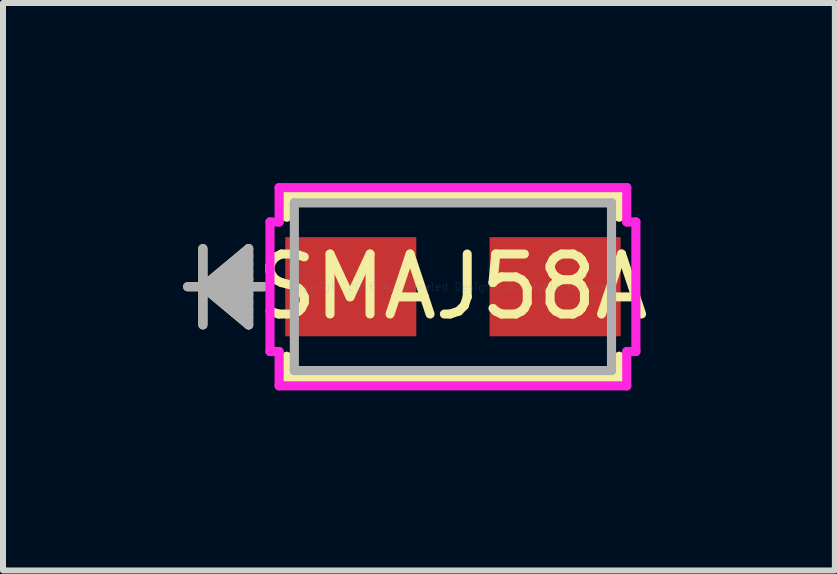
<source format=kicad_pcb>
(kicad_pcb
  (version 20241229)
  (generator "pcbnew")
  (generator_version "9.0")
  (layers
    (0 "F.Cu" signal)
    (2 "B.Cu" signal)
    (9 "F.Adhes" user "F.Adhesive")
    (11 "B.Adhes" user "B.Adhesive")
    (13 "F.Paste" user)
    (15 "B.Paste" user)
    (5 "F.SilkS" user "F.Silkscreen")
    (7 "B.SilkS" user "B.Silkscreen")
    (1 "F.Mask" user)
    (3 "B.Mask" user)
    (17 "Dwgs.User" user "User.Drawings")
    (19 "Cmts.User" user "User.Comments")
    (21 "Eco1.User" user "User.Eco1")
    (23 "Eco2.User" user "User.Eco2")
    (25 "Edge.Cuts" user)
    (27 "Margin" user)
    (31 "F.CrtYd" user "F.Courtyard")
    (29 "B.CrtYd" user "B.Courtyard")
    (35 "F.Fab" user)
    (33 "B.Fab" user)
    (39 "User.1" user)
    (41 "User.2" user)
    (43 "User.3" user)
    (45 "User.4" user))
  (footprint "SMAJ58A"
    (layer "F.Cu")
    (at 4.496 1.727)
    (property "Reference" "SMAJ58A" (at 0 0 0) (layer "F.SilkS") (effects (font (size 1 1) (thickness 0.15))))
    (attr through_hole)
    (fp_line (start -4.166 -0.635) (end -4.166 0.635) (stroke (width 0.152) (type solid)) (layer "F.SilkS"))
    (fp_line (start -4.166 0) (end -3.404 -0.635) (stroke (width 0.152) (type solid)) (layer "F.SilkS"))
    (fp_line (start -4.166 0) (end -3.404 -0.508) (stroke (width 0.152) (type solid)) (layer "F.SilkS"))
    (fp_line (start -4.166 0) (end -3.404 -0.381) (stroke (width 0.152) (type solid)) (layer "F.SilkS"))
    (fp_line (start -4.166 0) (end -3.404 -0.254) (stroke (width 0.152) (type solid)) (layer "F.SilkS"))
    (fp_line (start -4.166 0) (end -3.404 -0.127) (stroke (width 0.152) (type solid)) (layer "F.SilkS"))
    (fp_line (start -4.166 0) (end -3.404 0.127) (stroke (width 0.152) (type solid)) (layer "F.SilkS"))
    (fp_line (start -4.166 0) (end -3.404 0.254) (stroke (width 0.152) (type solid)) (layer "F.SilkS"))
    (fp_line (start -4.166 0) (end -3.404 0.381) (stroke (width 0.152) (type solid)) (layer "F.SilkS"))
    (fp_line (start -4.166 0) (end -3.404 0.508) (stroke (width 0.152) (type solid)) (layer "F.SilkS"))
    (fp_line (start -4.166 0) (end -3.404 0.635) (stroke (width 0.152) (type solid)) (layer "F.SilkS"))
    (fp_line (start -3.404 -0.635) (end -3.404 0.635) (stroke (width 0.152) (type solid)) (layer "F.SilkS"))
    (fp_line (start -3.15 0) (end -4.42 0) (stroke (width 0.152) (type solid)) (layer "F.SilkS"))
    (fp_line (start -2.769 -1.524) (end -2.769 -1.158) (stroke (width 0.152) (type solid)) (layer "F.SilkS"))
    (fp_line (start -2.769 1.158) (end -2.769 1.524) (stroke (width 0.152) (type solid)) (layer "F.SilkS"))
    (fp_line (start -2.769 1.524) (end 2.769 1.524) (stroke (width 0.152) (type solid)) (layer "F.SilkS"))
    (fp_line (start 2.769 -1.524) (end -2.769 -1.524) (stroke (width 0.152) (type solid)) (layer "F.SilkS"))
    (fp_line (start 2.769 -1.158) (end 2.769 -1.524) (stroke (width 0.152) (type solid)) (layer "F.SilkS"))
    (fp_line (start 2.769 1.524) (end 2.769 1.158) (stroke (width 0.152) (type solid)) (layer "F.SilkS"))
    (fp_line (start -3.048 -1.079) (end -2.896 -1.079) (stroke (width 0.152) (type solid)) (layer "F.CrtYd"))
    (fp_line (start -3.048 1.079) (end -3.048 -1.079) (stroke (width 0.152) (type solid)) (layer "F.CrtYd"))
    (fp_line (start -2.896 -1.651) (end 2.896 -1.651) (stroke (width 0.152) (type solid)) (layer "F.CrtYd"))
    (fp_line (start -2.896 -1.079) (end -2.896 -1.651) (stroke (width 0.152) (type solid)) (layer "F.CrtYd"))
    (fp_line (start -2.896 1.079) (end -3.048 1.079) (stroke (width 0.152) (type solid)) (layer "F.CrtYd"))
    (fp_line (start -2.896 1.651) (end -2.896 1.079) (stroke (width 0.152) (type solid)) (layer "F.CrtYd"))
    (fp_line (start 2.896 -1.651) (end 2.896 -1.079) (stroke (width 0.152) (type solid)) (layer "F.CrtYd"))
    (fp_line (start 2.896 -1.079) (end 3.048 -1.079) (stroke (width 0.152) (type solid)) (layer "F.CrtYd"))
    (fp_line (start 2.896 1.079) (end 2.896 1.651) (stroke (width 0.152) (type solid)) (layer "F.CrtYd"))
    (fp_line (start 2.896 1.651) (end -2.896 1.651) (stroke (width 0.152) (type solid)) (layer "F.CrtYd"))
    (fp_line (start 3.048 -1.079) (end 3.048 1.079) (stroke (width 0.152) (type solid)) (layer "F.CrtYd"))
    (fp_line (start 3.048 1.079) (end 2.896 1.079) (stroke (width 0.152) (type solid)) (layer "F.CrtYd"))
    (fp_line (start -4.166 -0.635) (end -4.166 0.635) (stroke (width 0.152) (type solid)) (layer "F.Fab"))
    (fp_line (start -4.166 0) (end -3.404 -0.635) (stroke (width 0.152) (type solid)) (layer "F.Fab"))
    (fp_line (start -4.166 0) (end -3.404 -0.508) (stroke (width 0.152) (type solid)) (layer "F.Fab"))
    (fp_line (start -4.166 0) (end -3.404 -0.381) (stroke (width 0.152) (type solid)) (layer "F.Fab"))
    (fp_line (start -4.166 0) (end -3.404 -0.254) (stroke (width 0.152) (type solid)) (layer "F.Fab"))
    (fp_line (start -4.166 0) (end -3.404 -0.127) (stroke (width 0.152) (type solid)) (layer "F.Fab"))
    (fp_line (start -4.166 0) (end -3.404 0.127) (stroke (width 0.152) (type solid)) (layer "F.Fab"))
    (fp_line (start -4.166 0) (end -3.404 0.254) (stroke (width 0.152) (type solid)) (layer "F.Fab"))
    (fp_line (start -4.166 0) (end -3.404 0.381) (stroke (width 0.152) (type solid)) (layer "F.Fab"))
    (fp_line (start -4.166 0) (end -3.404 0.508) (stroke (width 0.152) (type solid)) (layer "F.Fab"))
    (fp_line (start -4.166 0) (end -3.404 0.635) (stroke (width 0.152) (type solid)) (layer "F.Fab"))
    (fp_line (start -3.404 -0.635) (end -3.404 0.635) (stroke (width 0.152) (type solid)) (layer "F.Fab"))
    (fp_line (start -3.15 0) (end -4.42 0) (stroke (width 0.152) (type solid)) (layer "F.Fab"))
    (fp_line (start -2.642 -1.397) (end -2.642 1.397) (stroke (width 0.152) (type solid)) (layer "F.Fab"))
    (fp_line (start -2.642 1.397) (end 2.642 1.397) (stroke (width 0.152) (type solid)) (layer "F.Fab"))
    (fp_line (start 2.642 -1.397) (end -2.642 -1.397) (stroke (width 0.152) (type solid)) (layer "F.Fab"))
    (fp_line (start 2.642 1.397) (end 2.642 -1.397) (stroke (width 0.152) (type solid)) (layer "F.Fab"))
    (fp_text user "Copyright 2016 Accelerated Designs. All rights reserved." (at 0 0 0) (layer "Cmts.User") (effects (font (size 0.127 0.127) (thickness 0.002))))
    (pad "1" smd rect (at -1.702 0 90) (size 1.651 2.184) (layers "F.Cu" "F.Mask" "F.Paste"))
    (pad "2" smd rect (at 1.702 0 90) (size 1.651 2.184) (layers "F.Cu" "F.Mask" "F.Paste")))
  (gr_rect
    (start -3 -3)
    (end 10.859 6.454)
    (stroke (width 0.1) (type default))
    (fill no)
    (layer "Edge.Cuts")))
</source>
